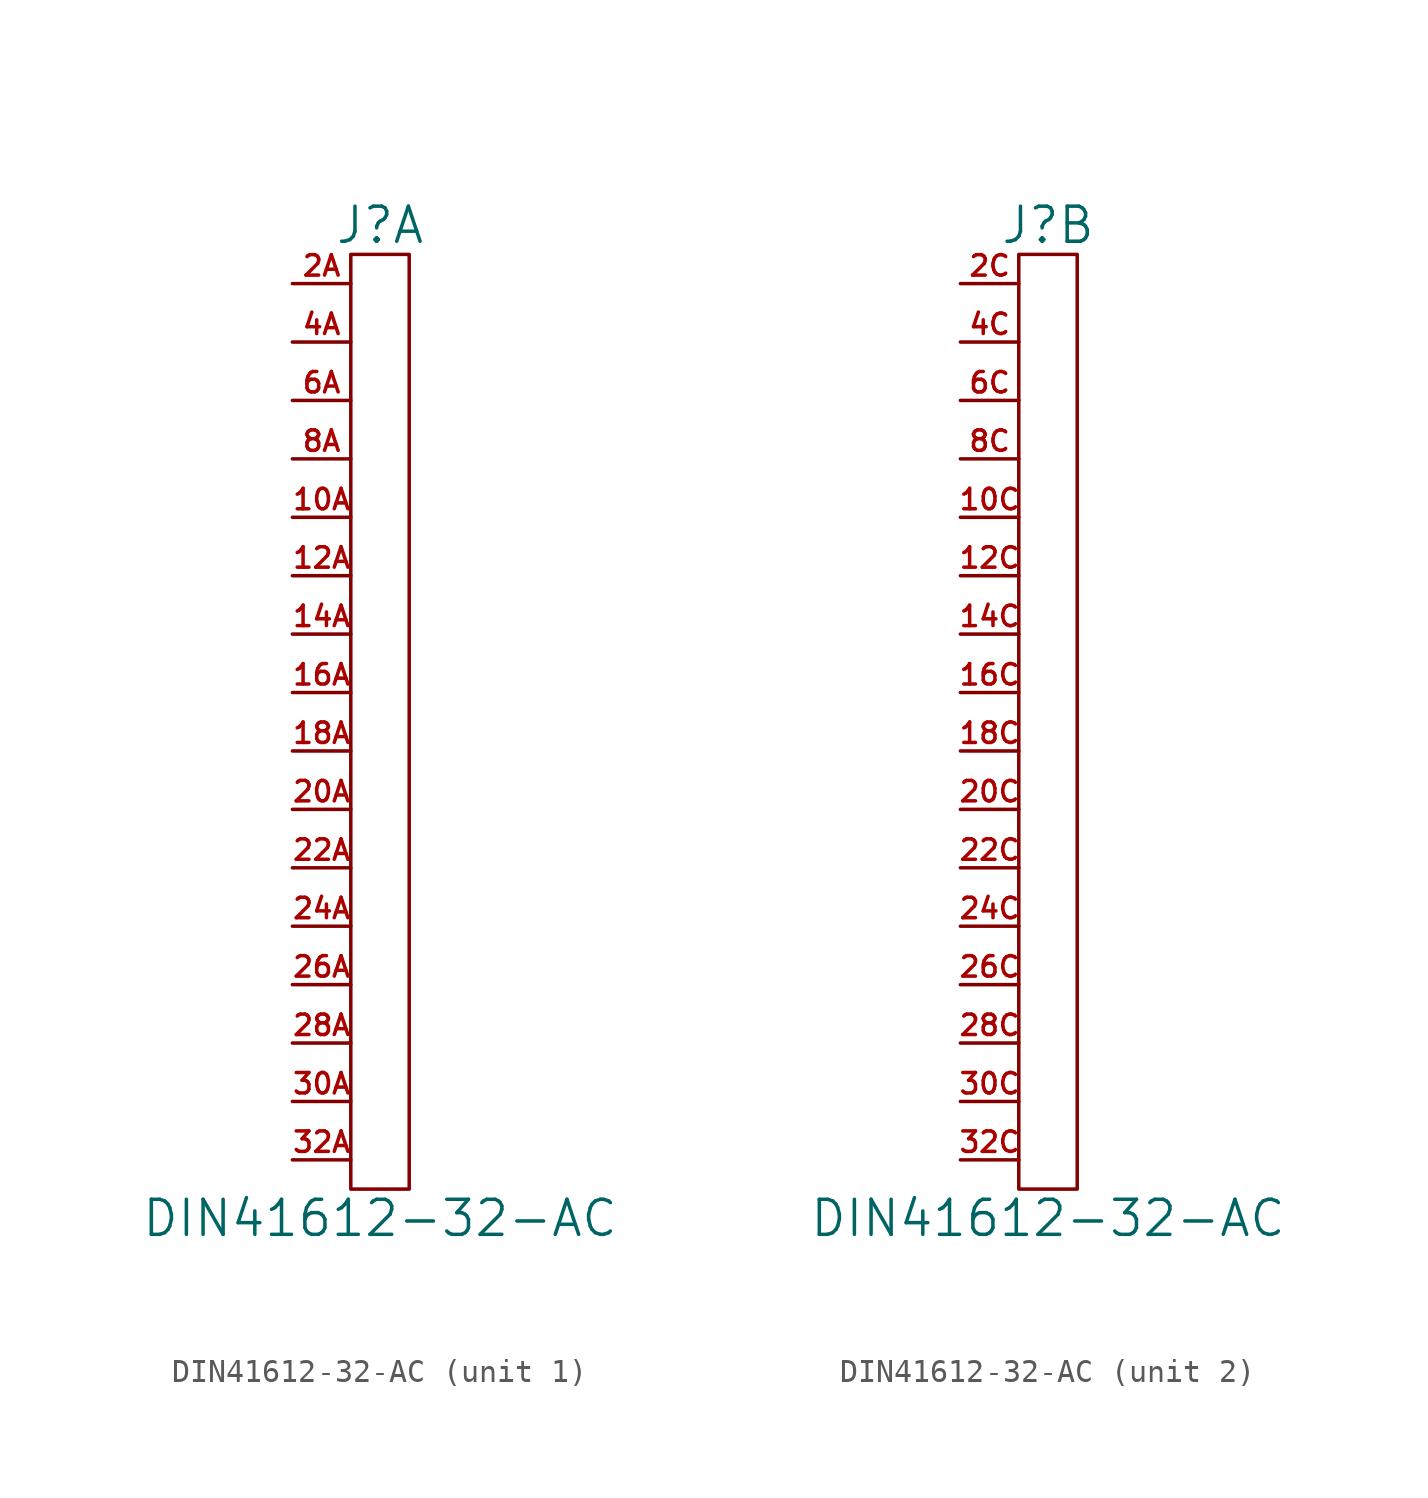
<source format=kicad_sym>
(kicad_symbol_lib
  (version 20220914)
  (generator kicad_symbol_editor)
  (symbol "DIN41612-32-AC"
    (pin_names
      (offset 0))
    (property "Reference" "J"
      (at 0 21.59 0)
      (effects (font (size 1.524 1.524))))
    (property "Value" "DIN41612-32-AC"
      (at 0 -21.59 0)
      (effects (font (size 1.524 1.524))))
    (property "Footprint" ""
      (at 0 0 0)
      (effects (font (size 1.524 1.524))))
    (property "Datasheet" ""
      (at 0 0 0)
      (effects (font (size 1.524 1.524))))
    (property "ki_locked" ""
      (at 0 0 0)
      (effects (font (size 1.27 1.27))))
    (symbol "DIN41612-32-AC_0_1"
      (rectangle (start -1.27 20.32) (end 1.27 -20.32) (stroke (width 0) (type solid)) (fill (type none))))
    (symbol "DIN41612-32-AC_1_1"
      (pin passive line (at -3.81 8.89 0) (length 2.54) (name "~" (effects (font (size 1.27 1.27)))) (number "10A" (effects (font (size 0.889 0.889)))))
      (pin passive line (at -3.81 6.35 0) (length 2.54) (name "~" (effects (font (size 1.27 1.27)))) (number "12A" (effects (font (size 0.889 0.889)))))
      (pin passive line (at -3.81 3.81 0) (length 2.54) (name "~" (effects (font (size 1.27 1.27)))) (number "14A" (effects (font (size 0.889 0.889)))))
      (pin passive line (at -3.81 1.27 0) (length 2.54) (name "~" (effects (font (size 1.27 1.27)))) (number "16A" (effects (font (size 0.889 0.889)))))
      (pin passive line (at -3.81 -1.27 0) (length 2.54) (name "~" (effects (font (size 1.27 1.27)))) (number "18A" (effects (font (size 0.889 0.889)))))
      (pin passive line (at -3.81 -3.81 0) (length 2.54) (name "~" (effects (font (size 1.27 1.27)))) (number "20A" (effects (font (size 0.889 0.889)))))
      (pin passive line (at -3.81 -6.35 0) (length 2.54) (name "~" (effects (font (size 1.27 1.27)))) (number "22A" (effects (font (size 0.889 0.889)))))
      (pin passive line (at -3.81 -8.89 0) (length 2.54) (name "~" (effects (font (size 1.27 1.27)))) (number "24A" (effects (font (size 0.889 0.889)))))
      (pin passive line (at -3.81 -11.43 0) (length 2.54) (name "~" (effects (font (size 1.27 1.27)))) (number "26A" (effects (font (size 0.889 0.889)))))
      (pin passive line (at -3.81 -13.97 0) (length 2.54) (name "~" (effects (font (size 1.27 1.27)))) (number "28A" (effects (font (size 0.889 0.889)))))
      (pin passive line (at -3.81 19.05 0) (length 2.54) (name "~" (effects (font (size 1.27 1.27)))) (number "2A" (effects (font (size 0.889 0.889)))))
      (pin passive line (at -3.81 -16.51 0) (length 2.54) (name "~" (effects (font (size 1.27 1.27)))) (number "30A" (effects (font (size 0.889 0.889)))))
      (pin passive line (at -3.81 -19.05 0) (length 2.54) (name "~" (effects (font (size 1.27 1.27)))) (number "32A" (effects (font (size 0.889 0.889)))))
      (pin passive line (at -3.81 16.51 0) (length 2.54) (name "~" (effects (font (size 1.27 1.27)))) (number "4A" (effects (font (size 0.889 0.889)))))
      (pin passive line (at -3.81 13.97 0) (length 2.54) (name "~" (effects (font (size 1.27 1.27)))) (number "6A" (effects (font (size 0.889 0.889)))))
      (pin passive line (at -3.81 11.43 0) (length 2.54) (name "~" (effects (font (size 1.27 1.27)))) (number "8A" (effects (font (size 0.889 0.889))))))
    (symbol "DIN41612-32-AC_2_1"
      (pin passive line (at -3.81 8.89 0) (length 2.54) (name "~" (effects (font (size 1.27 1.27)))) (number "10C" (effects (font (size 0.889 0.889)))))
      (pin passive line (at -3.81 6.35 0) (length 2.54) (name "~" (effects (font (size 1.27 1.27)))) (number "12C" (effects (font (size 0.889 0.889)))))
      (pin passive line (at -3.81 3.81 0) (length 2.54) (name "~" (effects (font (size 1.27 1.27)))) (number "14C" (effects (font (size 0.889 0.889)))))
      (pin passive line (at -3.81 1.27 0) (length 2.54) (name "~" (effects (font (size 1.27 1.27)))) (number "16C" (effects (font (size 0.889 0.889)))))
      (pin passive line (at -3.81 -1.27 0) (length 2.54) (name "~" (effects (font (size 1.27 1.27)))) (number "18C" (effects (font (size 0.889 0.889)))))
      (pin passive line (at -3.81 -3.81 0) (length 2.54) (name "~" (effects (font (size 1.27 1.27)))) (number "20C" (effects (font (size 0.889 0.889)))))
      (pin passive line (at -3.81 -6.35 0) (length 2.54) (name "~" (effects (font (size 1.27 1.27)))) (number "22C" (effects (font (size 0.889 0.889)))))
      (pin passive line (at -3.81 -8.89 0) (length 2.54) (name "~" (effects (font (size 1.27 1.27)))) (number "24C" (effects (font (size 0.889 0.889)))))
      (pin passive line (at -3.81 -11.43 0) (length 2.54) (name "~" (effects (font (size 1.27 1.27)))) (number "26C" (effects (font (size 0.889 0.889)))))
      (pin passive line (at -3.81 -13.97 0) (length 2.54) (name "~" (effects (font (size 1.27 1.27)))) (number "28C" (effects (font (size 0.889 0.889)))))
      (pin passive line (at -3.81 19.05 0) (length 2.54) (name "~" (effects (font (size 1.27 1.27)))) (number "2C" (effects (font (size 0.889 0.889)))))
      (pin passive line (at -3.81 -16.51 0) (length 2.54) (name "~" (effects (font (size 1.27 1.27)))) (number "30C" (effects (font (size 0.889 0.889)))))
      (pin passive line (at -3.81 -19.05 0) (length 2.54) (name "~" (effects (font (size 1.27 1.27)))) (number "32C" (effects (font (size 0.889 0.889)))))
      (pin passive line (at -3.81 16.51 0) (length 2.54) (name "~" (effects (font (size 1.27 1.27)))) (number "4C" (effects (font (size 0.889 0.889)))))
      (pin passive line (at -3.81 13.97 0) (length 2.54) (name "~" (effects (font (size 1.27 1.27)))) (number "6C" (effects (font (size 0.889 0.889)))))
      (pin passive line (at -3.81 11.43 0) (length 2.54) (name "~" (effects (font (size 1.27 1.27)))) (number "8C" (effects (font (size 0.889 0.889))))))))
</source>
